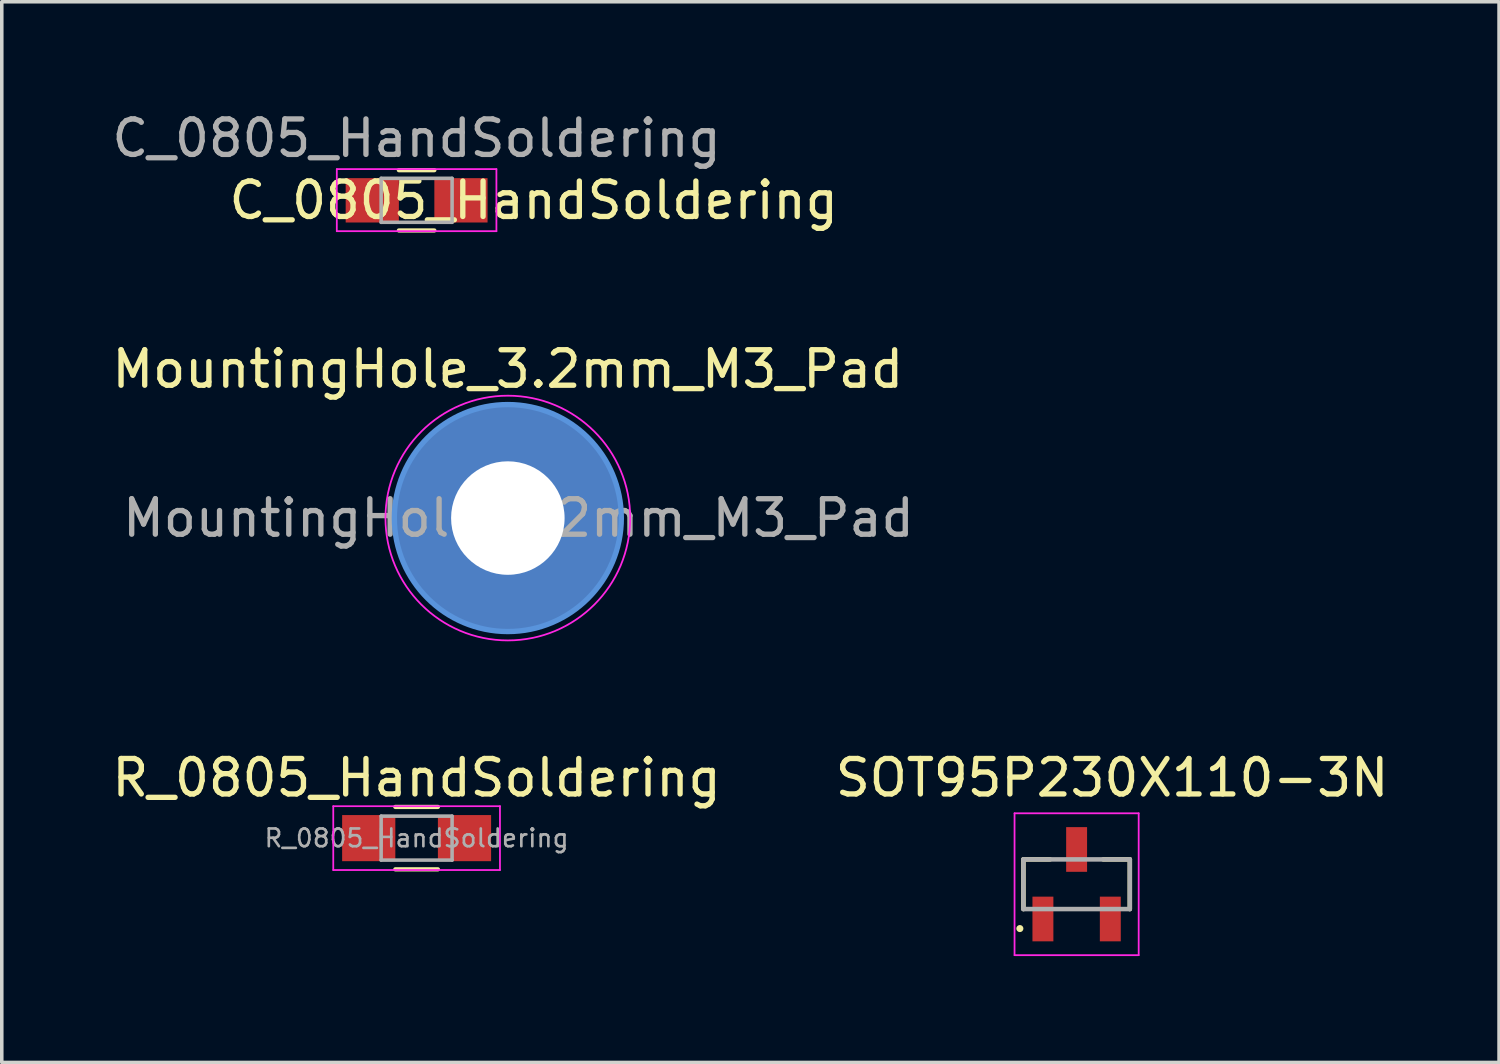
<source format=kicad_pcb>
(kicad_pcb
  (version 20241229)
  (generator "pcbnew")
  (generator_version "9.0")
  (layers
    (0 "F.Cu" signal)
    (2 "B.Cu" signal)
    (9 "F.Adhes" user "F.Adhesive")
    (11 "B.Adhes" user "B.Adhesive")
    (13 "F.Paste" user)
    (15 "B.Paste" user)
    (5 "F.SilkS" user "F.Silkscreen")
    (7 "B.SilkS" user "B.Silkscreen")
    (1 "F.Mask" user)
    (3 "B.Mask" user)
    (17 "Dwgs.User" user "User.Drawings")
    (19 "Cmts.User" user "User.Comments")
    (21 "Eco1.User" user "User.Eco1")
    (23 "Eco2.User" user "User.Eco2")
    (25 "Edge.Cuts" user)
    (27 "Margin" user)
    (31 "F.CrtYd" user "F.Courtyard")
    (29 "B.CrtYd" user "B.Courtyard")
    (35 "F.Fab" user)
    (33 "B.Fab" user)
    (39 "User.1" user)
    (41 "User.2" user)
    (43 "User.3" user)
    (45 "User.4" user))
  (footprint "C_0805_HandSoldering"
    (layer "F.Cu")
    (at 8.696 2.598)
    (property "Reference" "C_0805_HandSoldering" (at 3.302 0 0) (layer "F.SilkS") (effects (font (size 1 1) (thickness 0.15))))
    (attr smd)
    (fp_line (start -0.5 0.85) (end 0.5 0.85) (stroke (width 0.12) (type solid)) (layer "F.SilkS"))
    (fp_line (start 0.5 -0.85) (end -0.5 -0.85) (stroke (width 0.12) (type solid)) (layer "F.SilkS"))
    (fp_line (start -2.25 -0.88) (end -2.25 0.87) (stroke (width 0.05) (type solid)) (layer "F.CrtYd"))
    (fp_line (start -2.25 -0.88) (end 2.25 -0.88) (stroke (width 0.05) (type solid)) (layer "F.CrtYd"))
    (fp_line (start 2.25 0.87) (end -2.25 0.87) (stroke (width 0.05) (type solid)) (layer "F.CrtYd"))
    (fp_line (start 2.25 0.87) (end 2.25 -0.88) (stroke (width 0.05) (type solid)) (layer "F.CrtYd"))
    (fp_line (start -1 -0.62) (end 1 -0.62) (stroke (width 0.1) (type solid)) (layer "F.Fab"))
    (fp_line (start -1 0.62) (end -1 -0.62) (stroke (width 0.1) (type solid)) (layer "F.Fab"))
    (fp_line (start 1 -0.62) (end 1 0.62) (stroke (width 0.1) (type solid)) (layer "F.Fab"))
    (fp_line (start 1 0.62) (end -1 0.62) (stroke (width 0.1) (type solid)) (layer "F.Fab"))
    (fp_text user "${REFERENCE}" (at 0 -1.75 0) (layer "F.Fab") (effects (font (size 1 1) (thickness 0.15))))
    (pad "1" smd rect (at -1.25 0) (size 1.5 1.25) (layers "F.Cu" "F.Mask" "F.Paste"))
    (pad "2" smd rect (at 1.25 0) (size 1.5 1.25) (layers "F.Cu" "F.Mask" "F.Paste")))
  (footprint "MountingHole_3.2mm_M3_Pad"
    (layer "F.Cu")
    (at 11.268 11.556)
    (property "Reference" "MountingHole_3.2mm_M3_Pad" (at 0 -4.2 0) (layer "F.SilkS") (effects (font (size 1 1) (thickness 0.15))))
    (attr exclude_from_pos_files exclude_from_bom)
    (fp_circle (center 0 0) (end 3.2 0) (stroke (width 0.15) (type solid)) (fill no) (layer "Cmts.User"))
    (fp_circle (center 0 0) (end 3.45 0) (stroke (width 0.05) (type solid)) (fill no) (layer "F.CrtYd"))
    (fp_text user "${REFERENCE}" (at 0.3 0 0) (layer "F.Fab") (effects (font (size 1 1) (thickness 0.15))))
    (pad "1" thru_hole circle (at 0 0) (size 6.4 6.4) (drill 3.2) (layers "*.Cu" "*.Mask")))
  (footprint "SOT95P230X110-3N"
    (layer "F.Cu")
    (at 27.304 21.88)
    (property "Reference" "SOT95P230X110-3N" (at 1 -3 0) (layer "F.SilkS") (effects (font (size 1 1) (thickness 0.15))))
    (attr through_hole)
    (fp_line (start -1.5 -0.7) (end -0.75 -0.7) (stroke (width 0.127) (type solid)) (layer "F.SilkS"))
    (fp_line (start -1.5 0.7) (end -1.5 -0.7) (stroke (width 0.127) (type solid)) (layer "F.SilkS"))
    (fp_line (start 1.5 -0.7) (end 0.75 -0.7) (stroke (width 0.127) (type solid)) (layer "F.SilkS"))
    (fp_line (start 1.5 0.7) (end 1.5 -0.7) (stroke (width 0.127) (type solid)) (layer "F.SilkS"))
    (fp_circle (center -1.6 1.25) (end -1.55 1.25) (stroke (width 0.1) (type solid)) (fill no) (layer "F.SilkS"))
    (fp_line (start -1.75 -2) (end -1.75 2) (stroke (width 0.05) (type solid)) (layer "F.CrtYd"))
    (fp_line (start -1.75 2) (end 1.75 2) (stroke (width 0.05) (type solid)) (layer "F.CrtYd"))
    (fp_line (start 1.75 -2) (end -1.75 -2) (stroke (width 0.05) (type solid)) (layer "F.CrtYd"))
    (fp_line (start 1.75 2) (end 1.75 -2) (stroke (width 0.05) (type solid)) (layer "F.CrtYd"))
    (fp_line (start -1.5 -0.7) (end -1.5 0.7) (stroke (width 0.127) (type solid)) (layer "F.Fab"))
    (fp_line (start -1.5 -0.7) (end 1.5 -0.7) (stroke (width 0.127) (type solid)) (layer "F.Fab"))
    (fp_line (start -1.5 0.7) (end 1.5 0.7) (stroke (width 0.127) (type solid)) (layer "F.Fab"))
    (fp_line (start 1.5 0.7) (end 1.5 -0.7) (stroke (width 0.127) (type solid)) (layer "F.Fab"))
    (pad "1" smd rect (at -0.95 0.98) (size 0.59 1.26) (layers "F.Cu" "F.Mask" "F.Paste"))
    (pad "2" smd rect (at 0.95 0.98) (size 0.59 1.26) (layers "F.Cu" "F.Mask" "F.Paste"))
    (pad "3" smd rect (at 0 -0.98) (size 0.59 1.26) (layers "F.Cu" "F.Mask" "F.Paste")))
  (footprint "R_0805_HandSoldering"
    (layer "F.Cu")
    (at 8.696 20.58)
    (property "Reference" "R_0805_HandSoldering" (at 0 -1.7 0) (layer "F.SilkS") (effects (font (size 1 1) (thickness 0.15))))
    (attr smd)
    (fp_line (start -0.6 -0.88) (end 0.6 -0.88) (stroke (width 0.12) (type solid)) (layer "F.SilkS"))
    (fp_line (start 0.6 0.88) (end -0.6 0.88) (stroke (width 0.12) (type solid)) (layer "F.SilkS"))
    (fp_line (start -2.35 -0.9) (end -2.35 0.9) (stroke (width 0.05) (type solid)) (layer "F.CrtYd"))
    (fp_line (start -2.35 -0.9) (end 2.35 -0.9) (stroke (width 0.05) (type solid)) (layer "F.CrtYd"))
    (fp_line (start 2.35 0.9) (end -2.35 0.9) (stroke (width 0.05) (type solid)) (layer "F.CrtYd"))
    (fp_line (start 2.35 0.9) (end 2.35 -0.9) (stroke (width 0.05) (type solid)) (layer "F.CrtYd"))
    (fp_line (start -1 -0.62) (end 1 -0.62) (stroke (width 0.1) (type solid)) (layer "F.Fab"))
    (fp_line (start -1 0.62) (end -1 -0.62) (stroke (width 0.1) (type solid)) (layer "F.Fab"))
    (fp_line (start 1 -0.62) (end 1 0.62) (stroke (width 0.1) (type solid)) (layer "F.Fab"))
    (fp_line (start 1 0.62) (end -1 0.62) (stroke (width 0.1) (type solid)) (layer "F.Fab"))
    (fp_text user "${REFERENCE}" (at 0 0 0) (layer "F.Fab") (effects (font (size 0.5 0.5) (thickness 0.075))))
    (pad "1" smd rect (at -1.35 0) (size 1.5 1.3) (layers "F.Cu" "F.Mask" "F.Paste"))
    (pad "2" smd rect (at 1.35 0) (size 1.5 1.3) (layers "F.Cu" "F.Mask" "F.Paste")))
  (gr_rect
    (start -3 -3)
    (end 39.214 26.905)
    (stroke (width 0.1) (type default))
    (fill no)
    (layer "Edge.Cuts")))
</source>
